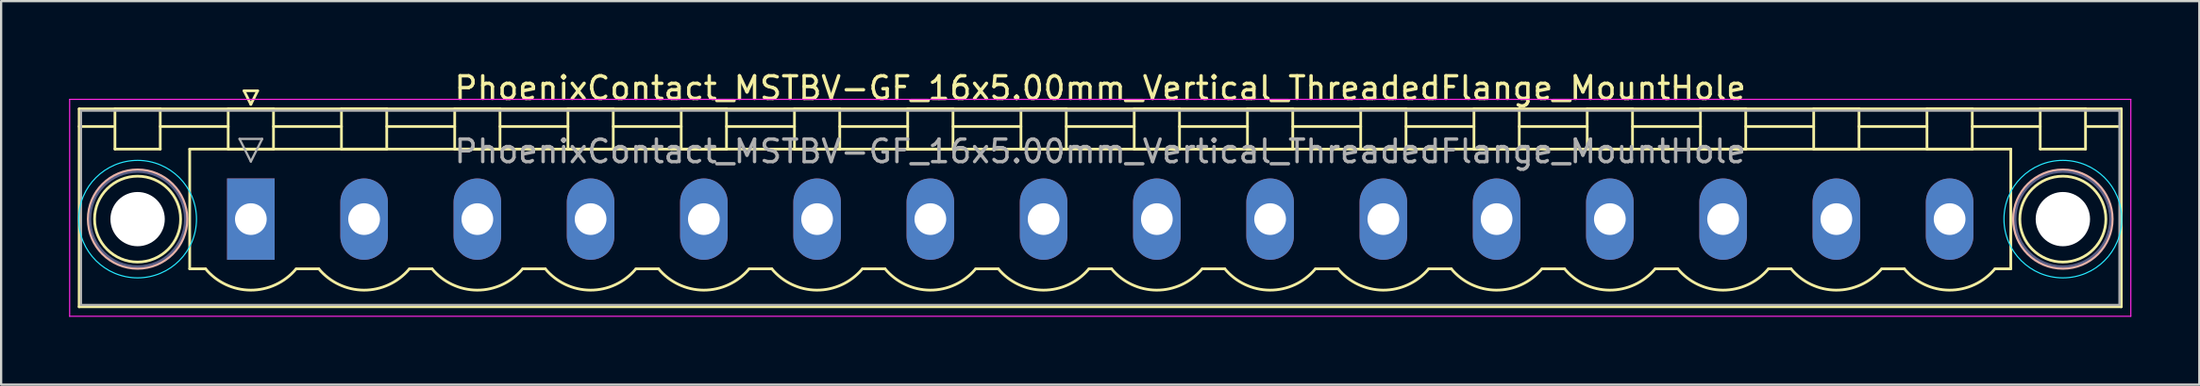
<source format=kicad_pcb>
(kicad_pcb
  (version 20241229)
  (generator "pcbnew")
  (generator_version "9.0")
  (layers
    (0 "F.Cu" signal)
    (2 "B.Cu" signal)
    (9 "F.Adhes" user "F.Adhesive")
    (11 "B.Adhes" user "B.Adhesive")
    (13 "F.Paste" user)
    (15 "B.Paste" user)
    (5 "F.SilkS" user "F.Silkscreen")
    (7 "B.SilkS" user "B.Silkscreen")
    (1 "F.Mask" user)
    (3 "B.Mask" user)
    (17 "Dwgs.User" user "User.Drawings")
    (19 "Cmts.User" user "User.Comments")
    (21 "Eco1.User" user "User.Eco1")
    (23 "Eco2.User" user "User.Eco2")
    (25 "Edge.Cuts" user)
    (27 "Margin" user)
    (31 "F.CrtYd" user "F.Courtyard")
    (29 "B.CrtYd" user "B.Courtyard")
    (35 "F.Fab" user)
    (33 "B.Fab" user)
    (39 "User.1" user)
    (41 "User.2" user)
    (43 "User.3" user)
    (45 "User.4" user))
  (footprint "PhoenixContact_MSTBV-GF_16x5.00mm_Vertical_ThreadedFlange_MountHole"
    (layer "F.Cu")
    (at 8.025 6.648)
    (property "Reference" "PhoenixContact_MSTBV-GF_16x5.00mm_Vertical_ThreadedFlange_MountHole" (at 37.5 -5.8 0) (layer "F.SilkS") (effects (font (size 1 1) (thickness 0.15))))
    (attr through_hole)
    (fp_line (start -7.58 -4.88) (end -7.58 3.88) (stroke (width 0.12) (type solid)) (layer "F.SilkS"))
    (fp_line (start -7.58 -4.1) (end -6.08 -4.1) (stroke (width 0.12) (type solid)) (layer "F.SilkS"))
    (fp_line (start -7.58 3.88) (end 82.58 3.88) (stroke (width 0.12) (type solid)) (layer "F.SilkS"))
    (fp_line (start -6 -4.88) (end -4 -4.88) (stroke (width 0.12) (type solid)) (layer "F.SilkS"))
    (fp_line (start -6 -3.1) (end -6 -4.88) (stroke (width 0.12) (type solid)) (layer "F.SilkS"))
    (fp_line (start -4 -4.88) (end -4 -3.1) (stroke (width 0.12) (type solid)) (layer "F.SilkS"))
    (fp_line (start -4 -4.1) (end -1 -4.1) (stroke (width 0.12) (type solid)) (layer "F.SilkS"))
    (fp_line (start -4 -3.1) (end -6 -3.1) (stroke (width 0.12) (type solid)) (layer "F.SilkS"))
    (fp_line (start -2.7 -3.1) (end 77.7 -3.1) (stroke (width 0.12) (type solid)) (layer "F.SilkS"))
    (fp_line (start -2.7 2.2) (end -2.7 -3.1) (stroke (width 0.12) (type solid)) (layer "F.SilkS"))
    (fp_line (start -2 2.2) (end -2.7 2.2) (stroke (width 0.12) (type solid)) (layer "F.SilkS"))
    (fp_line (start -1 -4.88) (end 1 -4.88) (stroke (width 0.12) (type solid)) (layer "F.SilkS"))
    (fp_line (start -1 -3.1) (end -1 -4.88) (stroke (width 0.12) (type solid)) (layer "F.SilkS"))
    (fp_line (start -0.3 -5.68) (end 0.3 -5.68) (stroke (width 0.12) (type solid)) (layer "F.SilkS"))
    (fp_line (start 0 -5.08) (end -0.3 -5.68) (stroke (width 0.12) (type solid)) (layer "F.SilkS"))
    (fp_line (start 0.3 -5.68) (end 0 -5.08) (stroke (width 0.12) (type solid)) (layer "F.SilkS"))
    (fp_line (start 1 -4.88) (end 1 -3.1) (stroke (width 0.12) (type solid)) (layer "F.SilkS"))
    (fp_line (start 1 -4.1) (end 4 -4.1) (stroke (width 0.12) (type solid)) (layer "F.SilkS"))
    (fp_line (start 1 -3.1) (end -1 -3.1) (stroke (width 0.12) (type solid)) (layer "F.SilkS"))
    (fp_line (start 2 2.2) (end 3 2.2) (stroke (width 0.12) (type solid)) (layer "F.SilkS"))
    (fp_line (start 4 -4.88) (end 6 -4.88) (stroke (width 0.12) (type solid)) (layer "F.SilkS"))
    (fp_line (start 4 -3.1) (end 4 -4.88) (stroke (width 0.12) (type solid)) (layer "F.SilkS"))
    (fp_line (start 6 -4.88) (end 6 -3.1) (stroke (width 0.12) (type solid)) (layer "F.SilkS"))
    (fp_line (start 6 -4.1) (end 9 -4.1) (stroke (width 0.12) (type solid)) (layer "F.SilkS"))
    (fp_line (start 6 -3.1) (end 4 -3.1) (stroke (width 0.12) (type solid)) (layer "F.SilkS"))
    (fp_line (start 7 2.2) (end 8 2.2) (stroke (width 0.12) (type solid)) (layer "F.SilkS"))
    (fp_line (start 9 -4.88) (end 11 -4.88) (stroke (width 0.12) (type solid)) (layer "F.SilkS"))
    (fp_line (start 9 -3.1) (end 9 -4.88) (stroke (width 0.12) (type solid)) (layer "F.SilkS"))
    (fp_line (start 11 -4.88) (end 11 -3.1) (stroke (width 0.12) (type solid)) (layer "F.SilkS"))
    (fp_line (start 11 -4.1) (end 14 -4.1) (stroke (width 0.12) (type solid)) (layer "F.SilkS"))
    (fp_line (start 11 -3.1) (end 9 -3.1) (stroke (width 0.12) (type solid)) (layer "F.SilkS"))
    (fp_line (start 12 2.2) (end 13 2.2) (stroke (width 0.12) (type solid)) (layer "F.SilkS"))
    (fp_line (start 14 -4.88) (end 16 -4.88) (stroke (width 0.12) (type solid)) (layer "F.SilkS"))
    (fp_line (start 14 -3.1) (end 14 -4.88) (stroke (width 0.12) (type solid)) (layer "F.SilkS"))
    (fp_line (start 16 -4.88) (end 16 -3.1) (stroke (width 0.12) (type solid)) (layer "F.SilkS"))
    (fp_line (start 16 -4.1) (end 19 -4.1) (stroke (width 0.12) (type solid)) (layer "F.SilkS"))
    (fp_line (start 16 -3.1) (end 14 -3.1) (stroke (width 0.12) (type solid)) (layer "F.SilkS"))
    (fp_line (start 17 2.2) (end 18 2.2) (stroke (width 0.12) (type solid)) (layer "F.SilkS"))
    (fp_line (start 19 -4.88) (end 21 -4.88) (stroke (width 0.12) (type solid)) (layer "F.SilkS"))
    (fp_line (start 19 -3.1) (end 19 -4.88) (stroke (width 0.12) (type solid)) (layer "F.SilkS"))
    (fp_line (start 21 -4.88) (end 21 -3.1) (stroke (width 0.12) (type solid)) (layer "F.SilkS"))
    (fp_line (start 21 -4.1) (end 24 -4.1) (stroke (width 0.12) (type solid)) (layer "F.SilkS"))
    (fp_line (start 21 -3.1) (end 19 -3.1) (stroke (width 0.12) (type solid)) (layer "F.SilkS"))
    (fp_line (start 22 2.2) (end 23 2.2) (stroke (width 0.12) (type solid)) (layer "F.SilkS"))
    (fp_line (start 24 -4.88) (end 26 -4.88) (stroke (width 0.12) (type solid)) (layer "F.SilkS"))
    (fp_line (start 24 -3.1) (end 24 -4.88) (stroke (width 0.12) (type solid)) (layer "F.SilkS"))
    (fp_line (start 26 -4.88) (end 26 -3.1) (stroke (width 0.12) (type solid)) (layer "F.SilkS"))
    (fp_line (start 26 -4.1) (end 29 -4.1) (stroke (width 0.12) (type solid)) (layer "F.SilkS"))
    (fp_line (start 26 -3.1) (end 24 -3.1) (stroke (width 0.12) (type solid)) (layer "F.SilkS"))
    (fp_line (start 27 2.2) (end 28 2.2) (stroke (width 0.12) (type solid)) (layer "F.SilkS"))
    (fp_line (start 29 -4.88) (end 31 -4.88) (stroke (width 0.12) (type solid)) (layer "F.SilkS"))
    (fp_line (start 29 -3.1) (end 29 -4.88) (stroke (width 0.12) (type solid)) (layer "F.SilkS"))
    (fp_line (start 31 -4.88) (end 31 -3.1) (stroke (width 0.12) (type solid)) (layer "F.SilkS"))
    (fp_line (start 31 -4.1) (end 34 -4.1) (stroke (width 0.12) (type solid)) (layer "F.SilkS"))
    (fp_line (start 31 -3.1) (end 29 -3.1) (stroke (width 0.12) (type solid)) (layer "F.SilkS"))
    (fp_line (start 32 2.2) (end 33 2.2) (stroke (width 0.12) (type solid)) (layer "F.SilkS"))
    (fp_line (start 34 -4.88) (end 36 -4.88) (stroke (width 0.12) (type solid)) (layer "F.SilkS"))
    (fp_line (start 34 -3.1) (end 34 -4.88) (stroke (width 0.12) (type solid)) (layer "F.SilkS"))
    (fp_line (start 36 -4.88) (end 36 -3.1) (stroke (width 0.12) (type solid)) (layer "F.SilkS"))
    (fp_line (start 36 -4.1) (end 39 -4.1) (stroke (width 0.12) (type solid)) (layer "F.SilkS"))
    (fp_line (start 36 -3.1) (end 34 -3.1) (stroke (width 0.12) (type solid)) (layer "F.SilkS"))
    (fp_line (start 37 2.2) (end 38 2.2) (stroke (width 0.12) (type solid)) (layer "F.SilkS"))
    (fp_line (start 39 -4.88) (end 41 -4.88) (stroke (width 0.12) (type solid)) (layer "F.SilkS"))
    (fp_line (start 39 -3.1) (end 39 -4.88) (stroke (width 0.12) (type solid)) (layer "F.SilkS"))
    (fp_line (start 41 -4.88) (end 41 -3.1) (stroke (width 0.12) (type solid)) (layer "F.SilkS"))
    (fp_line (start 41 -4.1) (end 44 -4.1) (stroke (width 0.12) (type solid)) (layer "F.SilkS"))
    (fp_line (start 41 -3.1) (end 39 -3.1) (stroke (width 0.12) (type solid)) (layer "F.SilkS"))
    (fp_line (start 42 2.2) (end 43 2.2) (stroke (width 0.12) (type solid)) (layer "F.SilkS"))
    (fp_line (start 44 -4.88) (end 46 -4.88) (stroke (width 0.12) (type solid)) (layer "F.SilkS"))
    (fp_line (start 44 -3.1) (end 44 -4.88) (stroke (width 0.12) (type solid)) (layer "F.SilkS"))
    (fp_line (start 46 -4.88) (end 46 -3.1) (stroke (width 0.12) (type solid)) (layer "F.SilkS"))
    (fp_line (start 46 -4.1) (end 49 -4.1) (stroke (width 0.12) (type solid)) (layer "F.SilkS"))
    (fp_line (start 46 -3.1) (end 44 -3.1) (stroke (width 0.12) (type solid)) (layer "F.SilkS"))
    (fp_line (start 47 2.2) (end 48 2.2) (stroke (width 0.12) (type solid)) (layer "F.SilkS"))
    (fp_line (start 49 -4.88) (end 51 -4.88) (stroke (width 0.12) (type solid)) (layer "F.SilkS"))
    (fp_line (start 49 -3.1) (end 49 -4.88) (stroke (width 0.12) (type solid)) (layer "F.SilkS"))
    (fp_line (start 51 -4.88) (end 51 -3.1) (stroke (width 0.12) (type solid)) (layer "F.SilkS"))
    (fp_line (start 51 -4.1) (end 54 -4.1) (stroke (width 0.12) (type solid)) (layer "F.SilkS"))
    (fp_line (start 51 -3.1) (end 49 -3.1) (stroke (width 0.12) (type solid)) (layer "F.SilkS"))
    (fp_line (start 52 2.2) (end 53 2.2) (stroke (width 0.12) (type solid)) (layer "F.SilkS"))
    (fp_line (start 54 -4.88) (end 56 -4.88) (stroke (width 0.12) (type solid)) (layer "F.SilkS"))
    (fp_line (start 54 -3.1) (end 54 -4.88) (stroke (width 0.12) (type solid)) (layer "F.SilkS"))
    (fp_line (start 56 -4.88) (end 56 -3.1) (stroke (width 0.12) (type solid)) (layer "F.SilkS"))
    (fp_line (start 56 -4.1) (end 59 -4.1) (stroke (width 0.12) (type solid)) (layer "F.SilkS"))
    (fp_line (start 56 -3.1) (end 54 -3.1) (stroke (width 0.12) (type solid)) (layer "F.SilkS"))
    (fp_line (start 57 2.2) (end 58 2.2) (stroke (width 0.12) (type solid)) (layer "F.SilkS"))
    (fp_line (start 59 -4.88) (end 61 -4.88) (stroke (width 0.12) (type solid)) (layer "F.SilkS"))
    (fp_line (start 59 -3.1) (end 59 -4.88) (stroke (width 0.12) (type solid)) (layer "F.SilkS"))
    (fp_line (start 61 -4.88) (end 61 -3.1) (stroke (width 0.12) (type solid)) (layer "F.SilkS"))
    (fp_line (start 61 -4.1) (end 64 -4.1) (stroke (width 0.12) (type solid)) (layer "F.SilkS"))
    (fp_line (start 61 -3.1) (end 59 -3.1) (stroke (width 0.12) (type solid)) (layer "F.SilkS"))
    (fp_line (start 62 2.2) (end 63 2.2) (stroke (width 0.12) (type solid)) (layer "F.SilkS"))
    (fp_line (start 64 -4.88) (end 66 -4.88) (stroke (width 0.12) (type solid)) (layer "F.SilkS"))
    (fp_line (start 64 -3.1) (end 64 -4.88) (stroke (width 0.12) (type solid)) (layer "F.SilkS"))
    (fp_line (start 66 -4.88) (end 66 -3.1) (stroke (width 0.12) (type solid)) (layer "F.SilkS"))
    (fp_line (start 66 -4.1) (end 69 -4.1) (stroke (width 0.12) (type solid)) (layer "F.SilkS"))
    (fp_line (start 66 -3.1) (end 64 -3.1) (stroke (width 0.12) (type solid)) (layer "F.SilkS"))
    (fp_line (start 67 2.2) (end 68 2.2) (stroke (width 0.12) (type solid)) (layer "F.SilkS"))
    (fp_line (start 69 -4.88) (end 71 -4.88) (stroke (width 0.12) (type solid)) (layer "F.SilkS"))
    (fp_line (start 69 -3.1) (end 69 -4.88) (stroke (width 0.12) (type solid)) (layer "F.SilkS"))
    (fp_line (start 71 -4.88) (end 71 -3.1) (stroke (width 0.12) (type solid)) (layer "F.SilkS"))
    (fp_line (start 71 -4.1) (end 74 -4.1) (stroke (width 0.12) (type solid)) (layer "F.SilkS"))
    (fp_line (start 71 -3.1) (end 69 -3.1) (stroke (width 0.12) (type solid)) (layer "F.SilkS"))
    (fp_line (start 72 2.2) (end 73 2.2) (stroke (width 0.12) (type solid)) (layer "F.SilkS"))
    (fp_line (start 74 -4.88) (end 76 -4.88) (stroke (width 0.12) (type solid)) (layer "F.SilkS"))
    (fp_line (start 74 -3.1) (end 74 -4.88) (stroke (width 0.12) (type solid)) (layer "F.SilkS"))
    (fp_line (start 76 -4.88) (end 76 -3.1) (stroke (width 0.12) (type solid)) (layer "F.SilkS"))
    (fp_line (start 76 -4.1) (end 79 -4.1) (stroke (width 0.12) (type solid)) (layer "F.SilkS"))
    (fp_line (start 76 -3.1) (end 74 -3.1) (stroke (width 0.12) (type solid)) (layer "F.SilkS"))
    (fp_line (start 77.7 -3.1) (end 77.7 2.2) (stroke (width 0.12) (type solid)) (layer "F.SilkS"))
    (fp_line (start 77.7 2.2) (end 77 2.2) (stroke (width 0.12) (type solid)) (layer "F.SilkS"))
    (fp_line (start 79 -4.88) (end 81 -4.88) (stroke (width 0.12) (type solid)) (layer "F.SilkS"))
    (fp_line (start 79 -3.1) (end 79 -4.88) (stroke (width 0.12) (type solid)) (layer "F.SilkS"))
    (fp_line (start 81 -4.88) (end 81 -3.1) (stroke (width 0.12) (type solid)) (layer "F.SilkS"))
    (fp_line (start 81 -3.1) (end 79 -3.1) (stroke (width 0.12) (type solid)) (layer "F.SilkS"))
    (fp_line (start 82.58 -4.88) (end -7.58 -4.88) (stroke (width 0.12) (type solid)) (layer "F.SilkS"))
    (fp_line (start 82.58 -4.1) (end 81.08 -4.1) (stroke (width 0.12) (type solid)) (layer "F.SilkS"))
    (fp_line (start 82.58 3.88) (end 82.58 -4.88) (stroke (width 0.12) (type solid)) (layer "F.SilkS"))
    (fp_arc (start 1.986842 2.215821) (mid -0.010289 3.142758) (end -2 2.2) (stroke (width 0.12) (type solid)) (layer "F.SilkS"))
    (fp_arc (start 6.986842 2.215821) (mid 4.989711 3.142758) (end 3 2.2) (stroke (width 0.12) (type solid)) (layer "F.SilkS"))
    (fp_arc (start 11.986842 2.215821) (mid 9.989711 3.142758) (end 8 2.2) (stroke (width 0.12) (type solid)) (layer "F.SilkS"))
    (fp_arc (start 16.986842 2.215821) (mid 14.989711 3.142758) (end 13 2.2) (stroke (width 0.12) (type solid)) (layer "F.SilkS"))
    (fp_arc (start 21.986842 2.215821) (mid 19.989711 3.142758) (end 18 2.2) (stroke (width 0.12) (type solid)) (layer "F.SilkS"))
    (fp_arc (start 26.986842 2.215821) (mid 24.989711 3.142758) (end 23 2.2) (stroke (width 0.12) (type solid)) (layer "F.SilkS"))
    (fp_arc (start 31.986842 2.215821) (mid 29.989711 3.142758) (end 28 2.2) (stroke (width 0.12) (type solid)) (layer "F.SilkS"))
    (fp_arc (start 36.986842 2.215821) (mid 34.989711 3.142758) (end 33 2.2) (stroke (width 0.12) (type solid)) (layer "F.SilkS"))
    (fp_arc (start 41.986842 2.215821) (mid 39.989711 3.142758) (end 38 2.2) (stroke (width 0.12) (type solid)) (layer "F.SilkS"))
    (fp_arc (start 46.986842 2.215821) (mid 44.989711 3.142758) (end 43 2.2) (stroke (width 0.12) (type solid)) (layer "F.SilkS"))
    (fp_arc (start 51.986842 2.215821) (mid 49.989711 3.142758) (end 48 2.2) (stroke (width 0.12) (type solid)) (layer "F.SilkS"))
    (fp_arc (start 56.986842 2.215821) (mid 54.989711 3.142758) (end 53 2.2) (stroke (width 0.12) (type solid)) (layer "F.SilkS"))
    (fp_arc (start 61.986842 2.215821) (mid 59.989711 3.142758) (end 58 2.2) (stroke (width 0.12) (type solid)) (layer "F.SilkS"))
    (fp_arc (start 66.986842 2.215821) (mid 64.989711 3.142758) (end 63 2.2) (stroke (width 0.12) (type solid)) (layer "F.SilkS"))
    (fp_arc (start 71.986842 2.215821) (mid 69.989711 3.142758) (end 68 2.2) (stroke (width 0.12) (type solid)) (layer "F.SilkS"))
    (fp_arc (start 76.986842 2.215821) (mid 74.989711 3.142758) (end 73 2.2) (stroke (width 0.12) (type solid)) (layer "F.SilkS"))
    (fp_circle (center -5 0) (end -3.1 0) (stroke (width 0.12) (type solid)) (fill no) (layer "F.SilkS"))
    (fp_circle (center 80 0) (end 81.9 0) (stroke (width 0.12) (type solid)) (fill no) (layer "F.SilkS"))
    (fp_circle (center -5 0) (end -2.82 0) (stroke (width 0.12) (type solid)) (fill no) (layer "B.SilkS"))
    (fp_circle (center 80 0) (end 82.18 0) (stroke (width 0.12) (type solid)) (fill no) (layer "B.SilkS"))
    (fp_circle (center -5 0) (end -2.4 0) (stroke (width 0.05) (type solid)) (fill no) (layer "B.CrtYd"))
    (fp_circle (center 80 0) (end 82.6 0) (stroke (width 0.05) (type solid)) (fill no) (layer "B.CrtYd"))
    (fp_line (start -8 -5.3) (end -8 4.3) (stroke (width 0.05) (type solid)) (layer "F.CrtYd"))
    (fp_line (start -8 4.3) (end 83 4.3) (stroke (width 0.05) (type solid)) (layer "F.CrtYd"))
    (fp_line (start 83 -5.3) (end -8 -5.3) (stroke (width 0.05) (type solid)) (layer "F.CrtYd"))
    (fp_line (start 83 4.3) (end 83 -5.3) (stroke (width 0.05) (type solid)) (layer "F.CrtYd"))
    (fp_circle (center -5 0) (end -2.9 0) (stroke (width 0.1) (type solid)) (fill no) (layer "B.Fab"))
    (fp_circle (center 80 0) (end 82.1 0) (stroke (width 0.1) (type solid)) (fill no) (layer "B.Fab"))
    (fp_line (start -7.5 -4.8) (end -7.5 3.8) (stroke (width 0.1) (type solid)) (layer "F.Fab"))
    (fp_line (start -7.5 3.8) (end 82.5 3.8) (stroke (width 0.1) (type solid)) (layer "F.Fab"))
    (fp_line (start -0.5 -3.55) (end 0.5 -3.55) (stroke (width 0.1) (type solid)) (layer "F.Fab"))
    (fp_line (start 0 -2.55) (end -0.5 -3.55) (stroke (width 0.1) (type solid)) (layer "F.Fab"))
    (fp_line (start 0.5 -3.55) (end 0 -2.55) (stroke (width 0.1) (type solid)) (layer "F.Fab"))
    (fp_line (start 82.5 -4.8) (end -7.5 -4.8) (stroke (width 0.1) (type solid)) (layer "F.Fab"))
    (fp_line (start 82.5 3.8) (end 82.5 -4.8) (stroke (width 0.1) (type solid)) (layer "F.Fab"))
    (fp_text user "${REFERENCE}" (at 37.5 -3 0) (layer "F.Fab") (effects (font (size 1 1) (thickness 0.15))))
    (pad "" np_thru_hole circle (at -5 0) (size 2.4 2.4) (drill 2.4) (layers "*.Cu" "*.Mask"))
    (pad "" np_thru_hole circle (at 80 0) (size 2.4 2.4) (drill 2.4) (layers "*.Cu" "*.Mask"))
    (pad "1" thru_hole rect (at 0 0) (size 2.1 3.6) (drill 1.4) (layers "*.Cu" "*.Mask"))
    (pad "2" thru_hole oval (at 5 0) (size 2.1 3.6) (drill 1.4) (layers "*.Cu" "*.Mask"))
    (pad "3" thru_hole oval (at 10 0) (size 2.1 3.6) (drill 1.4) (layers "*.Cu" "*.Mask"))
    (pad "4" thru_hole oval (at 15 0) (size 2.1 3.6) (drill 1.4) (layers "*.Cu" "*.Mask"))
    (pad "5" thru_hole oval (at 20 0) (size 2.1 3.6) (drill 1.4) (layers "*.Cu" "*.Mask"))
    (pad "6" thru_hole oval (at 25 0) (size 2.1 3.6) (drill 1.4) (layers "*.Cu" "*.Mask"))
    (pad "7" thru_hole oval (at 30 0) (size 2.1 3.6) (drill 1.4) (layers "*.Cu" "*.Mask"))
    (pad "8" thru_hole oval (at 35 0) (size 2.1 3.6) (drill 1.4) (layers "*.Cu" "*.Mask"))
    (pad "9" thru_hole oval (at 40 0) (size 2.1 3.6) (drill 1.4) (layers "*.Cu" "*.Mask"))
    (pad "10" thru_hole oval (at 45 0) (size 2.1 3.6) (drill 1.4) (layers "*.Cu" "*.Mask"))
    (pad "11" thru_hole oval (at 50 0) (size 2.1 3.6) (drill 1.4) (layers "*.Cu" "*.Mask"))
    (pad "12" thru_hole oval (at 55 0) (size 2.1 3.6) (drill 1.4) (layers "*.Cu" "*.Mask"))
    (pad "13" thru_hole oval (at 60 0) (size 2.1 3.6) (drill 1.4) (layers "*.Cu" "*.Mask"))
    (pad "14" thru_hole oval (at 65 0) (size 2.1 3.6) (drill 1.4) (layers "*.Cu" "*.Mask"))
    (pad "15" thru_hole oval (at 70 0) (size 2.1 3.6) (drill 1.4) (layers "*.Cu" "*.Mask"))
    (pad "16" thru_hole oval (at 75 0) (size 2.1 3.6) (drill 1.4) (layers "*.Cu" "*.Mask")))
  (gr_rect
    (start -3 -3)
    (end 94.05 13.973)
    (stroke (width 0.1) (type default))
    (fill no)
    (layer "Edge.Cuts")))
</source>
